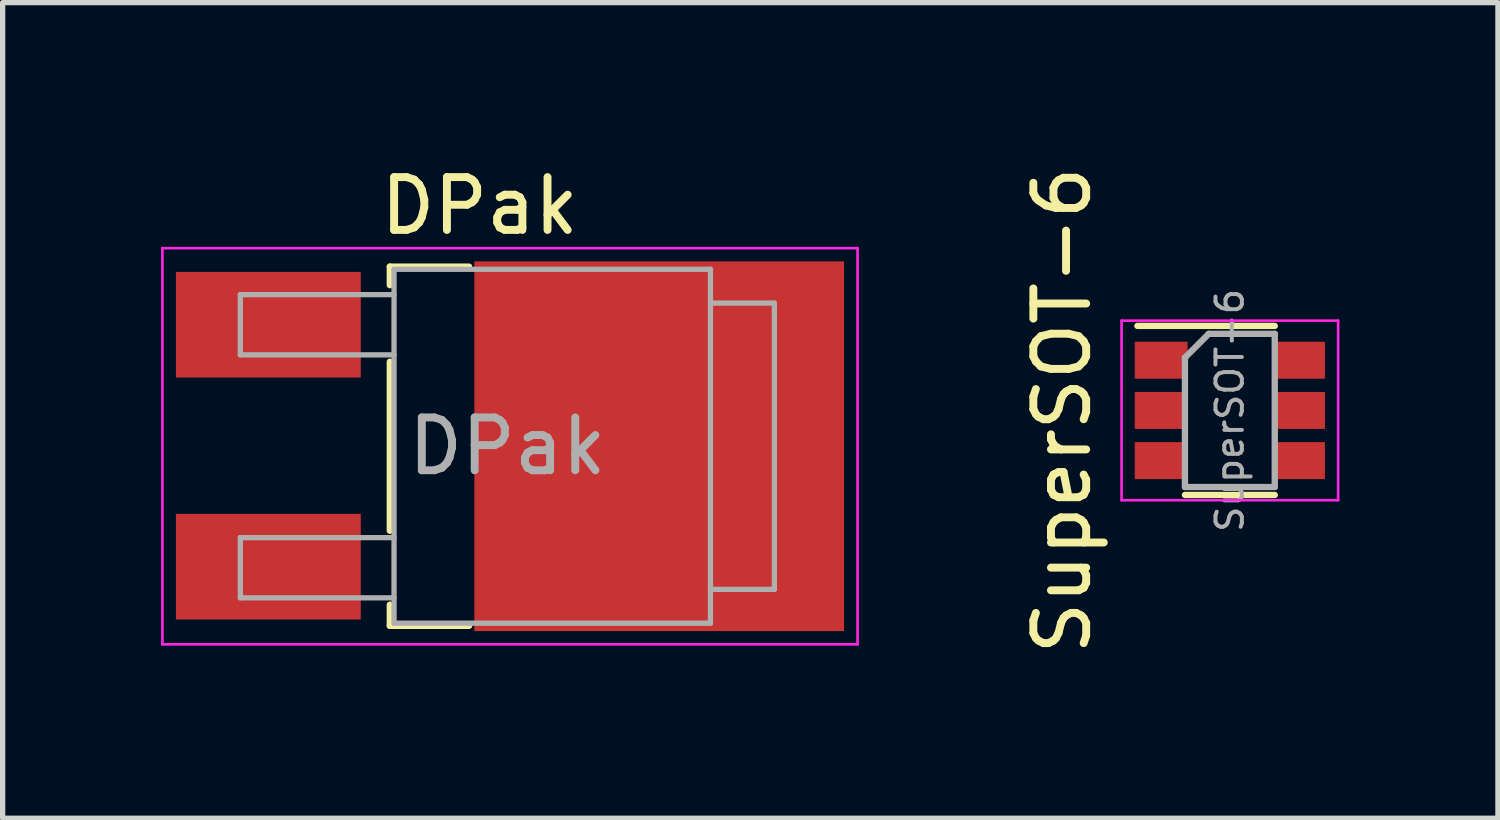
<source format=kicad_pcb>
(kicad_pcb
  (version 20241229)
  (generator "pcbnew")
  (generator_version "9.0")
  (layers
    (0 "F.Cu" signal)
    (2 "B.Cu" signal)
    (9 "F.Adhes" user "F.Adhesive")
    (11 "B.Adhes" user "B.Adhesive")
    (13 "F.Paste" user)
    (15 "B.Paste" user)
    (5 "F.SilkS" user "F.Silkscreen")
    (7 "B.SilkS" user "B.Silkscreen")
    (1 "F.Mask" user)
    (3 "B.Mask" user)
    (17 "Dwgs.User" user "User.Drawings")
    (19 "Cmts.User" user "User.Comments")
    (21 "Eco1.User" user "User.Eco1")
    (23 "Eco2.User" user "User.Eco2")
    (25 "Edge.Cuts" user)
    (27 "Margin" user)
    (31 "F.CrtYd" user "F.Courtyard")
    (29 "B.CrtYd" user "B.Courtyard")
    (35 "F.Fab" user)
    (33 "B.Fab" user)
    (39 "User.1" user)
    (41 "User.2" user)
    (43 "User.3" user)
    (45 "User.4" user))
  (footprint "SuperSOT-6"
    (layer "F.Cu")
    (at 20.233 4.72)
    (property "Reference" "SuperSOT-6" (at -3.175 0 90) (layer "F.SilkS") (effects (font (size 1 1) (thickness 0.15))))
    (attr smd)
    (fp_line (start 0.85 -1.6) (end -1.75 -1.6) (stroke (width 0.12) (type solid)) (layer "F.SilkS"))
    (fp_line (start 0.85 1.6) (end -0.85 1.6) (stroke (width 0.12) (type solid)) (layer "F.SilkS"))
    (fp_line (start -2.05 -1.7) (end -2.05 1.7) (stroke (width 0.05) (type solid)) (layer "F.CrtYd"))
    (fp_line (start -2.05 -1.7) (end 2.05 -1.7) (stroke (width 0.05) (type solid)) (layer "F.CrtYd"))
    (fp_line (start 2.05 1.7) (end -2.05 1.7) (stroke (width 0.05) (type solid)) (layer "F.CrtYd"))
    (fp_line (start 2.05 1.7) (end 2.05 -1.7) (stroke (width 0.05) (type solid)) (layer "F.CrtYd"))
    (fp_line (start -0.85 -1) (end -0.85 1.45) (stroke (width 0.12) (type solid)) (layer "F.Fab"))
    (fp_line (start -0.85 1.45) (end 0.85 1.45) (stroke (width 0.12) (type solid)) (layer "F.Fab"))
    (fp_line (start -0.4 -1.45) (end -0.85 -1) (stroke (width 0.12) (type solid)) (layer "F.Fab"))
    (fp_line (start 0.85 -1.45) (end -0.4 -1.45) (stroke (width 0.12) (type solid)) (layer "F.Fab"))
    (fp_line (start 0.85 1.45) (end 0.85 -1.45) (stroke (width 0.12) (type solid)) (layer "F.Fab"))
    (fp_text user "${REFERENCE}" (at 0 0 90) (layer "F.Fab") (effects (font (size 0.5 0.5) (thickness 0.075))))
    (pad "1" smd rect (at -1.3 -0.95) (size 1 0.7) (layers "F.Cu" "F.Mask" "F.Paste"))
    (pad "2" smd rect (at -1.3 0) (size 1 0.7) (layers "F.Cu" "F.Mask" "F.Paste"))
    (pad "3" smd rect (at -1.3 0.95) (size 1 0.7) (layers "F.Cu" "F.Mask" "F.Paste"))
    (pad "4" smd rect (at 1.3 0.95) (size 1 0.7) (layers "F.Cu" "F.Mask" "F.Paste"))
    (pad "5" smd rect (at 1.3 0) (size 1 0.7) (layers "F.Cu" "F.Mask" "F.Paste"))
    (pad "6" smd rect (at 1.3 -0.95) (size 1 0.7) (layers "F.Cu" "F.Mask" "F.Paste")))
  (footprint "DPak"
    (layer "F.Cu")
    (at 6.605 5.398)
    (property "Reference" "DPak" (at -0.575 -4.55 0) (layer "F.SilkS") (effects (font (size 1 1) (thickness 0.15))))
    (attr smd)
    (fp_line (start -2.275 -3.4) (end -0.775 -3.4) (stroke (width 0.12) (type solid)) (layer "F.SilkS"))
    (fp_line (start -2.275 -3.05) (end -2.275 -3.4) (stroke (width 0.12) (type solid)) (layer "F.SilkS"))
    (fp_line (start -2.275 1.6) (end -2.275 -1.6) (stroke (width 0.12) (type solid)) (layer "F.SilkS"))
    (fp_line (start -2.275 3.4) (end -2.275 3) (stroke (width 0.12) (type solid)) (layer "F.SilkS"))
    (fp_line (start -0.775 3.4) (end -2.275 3.4) (stroke (width 0.12) (type solid)) (layer "F.SilkS"))
    (fp_line (start -6.58 3.75) (end -6.58 -3.75) (stroke (width 0.05) (type solid)) (layer "F.CrtYd"))
    (fp_line (start -6.58 3.75) (end 6.58 3.75) (stroke (width 0.05) (type solid)) (layer "F.CrtYd"))
    (fp_line (start 6.58 -3.75) (end -6.58 -3.75) (stroke (width 0.05) (type solid)) (layer "F.CrtYd"))
    (fp_line (start 6.58 -3.75) (end 6.58 3.75) (stroke (width 0.05) (type solid)) (layer "F.CrtYd"))
    (fp_line (start -5.105 -2.87) (end -5.105 -1.73) (stroke (width 0.1) (type solid)) (layer "F.Fab"))
    (fp_line (start -5.105 -1.73) (end -2.195 -1.73) (stroke (width 0.1) (type solid)) (layer "F.Fab"))
    (fp_line (start -5.105 1.73) (end -5.105 2.87) (stroke (width 0.1) (type solid)) (layer "F.Fab"))
    (fp_line (start -5.105 2.87) (end -2.195 2.87) (stroke (width 0.1) (type solid)) (layer "F.Fab"))
    (fp_line (start -2.195 -2.87) (end -5.105 -2.87) (stroke (width 0.1) (type solid)) (layer "F.Fab"))
    (fp_line (start -2.195 1.73) (end -5.105 1.73) (stroke (width 0.1) (type solid)) (layer "F.Fab"))
    (fp_line (start -2.195 3.35) (end -2.195 -3.35) (stroke (width 0.1) (type solid)) (layer "F.Fab"))
    (fp_line (start -2.195 3.35) (end 3.795 3.35) (stroke (width 0.1) (type solid)) (layer "F.Fab"))
    (fp_line (start 3.795 -3.35) (end -2.195 -3.35) (stroke (width 0.1) (type solid)) (layer "F.Fab"))
    (fp_line (start 3.795 3.35) (end 3.795 -3.35) (stroke (width 0.1) (type solid)) (layer "F.Fab"))
    (fp_line (start 3.805 -2.71) (end 5.005 -2.71) (stroke (width 0.1) (type solid)) (layer "F.Fab"))
    (fp_line (start 5.005 -2.71) (end 5.005 2.71) (stroke (width 0.1) (type solid)) (layer "F.Fab"))
    (fp_line (start 5.005 2.71) (end 3.795 2.71) (stroke (width 0.1) (type solid)) (layer "F.Fab"))
    (fp_text user "${REFERENCE}" (at -0.05 0 0) (layer "F.Fab") (effects (font (size 1 1) (thickness 0.15))))
    (pad "GND" smd rect (at 2.825 0 270) (size 7 7) (layers "F.Cu" "F.Mask" "F.Paste"))
    (pad "VI" smd rect (at -4.575 -2.3 270) (size 2 3.5) (layers "F.Cu" "F.Mask" "F.Paste"))
    (pad "VO" smd rect (at -4.575 2.28 270) (size 2 3.5) (layers "F.Cu" "F.Mask" "F.Paste")))
  (gr_rect
    (start -3 -3)
    (end 25.308 12.44)
    (stroke (width 0.1) (type default))
    (fill no)
    (layer "Edge.Cuts")))
</source>
